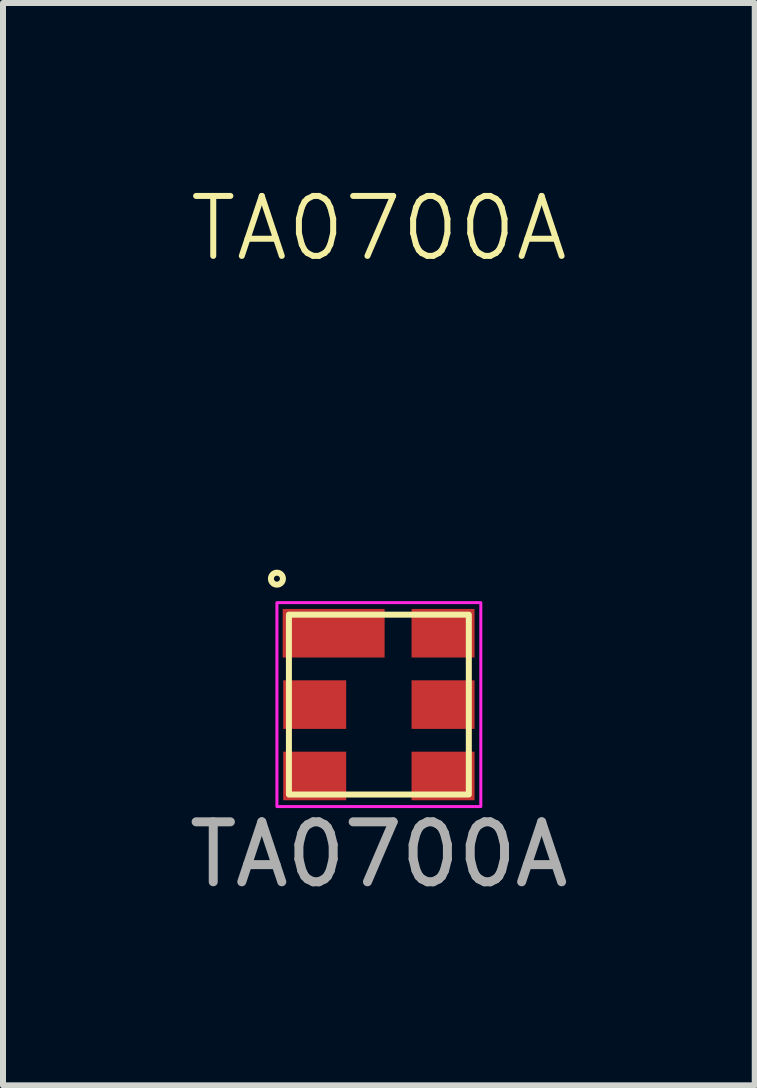
<source format=kicad_pcb>
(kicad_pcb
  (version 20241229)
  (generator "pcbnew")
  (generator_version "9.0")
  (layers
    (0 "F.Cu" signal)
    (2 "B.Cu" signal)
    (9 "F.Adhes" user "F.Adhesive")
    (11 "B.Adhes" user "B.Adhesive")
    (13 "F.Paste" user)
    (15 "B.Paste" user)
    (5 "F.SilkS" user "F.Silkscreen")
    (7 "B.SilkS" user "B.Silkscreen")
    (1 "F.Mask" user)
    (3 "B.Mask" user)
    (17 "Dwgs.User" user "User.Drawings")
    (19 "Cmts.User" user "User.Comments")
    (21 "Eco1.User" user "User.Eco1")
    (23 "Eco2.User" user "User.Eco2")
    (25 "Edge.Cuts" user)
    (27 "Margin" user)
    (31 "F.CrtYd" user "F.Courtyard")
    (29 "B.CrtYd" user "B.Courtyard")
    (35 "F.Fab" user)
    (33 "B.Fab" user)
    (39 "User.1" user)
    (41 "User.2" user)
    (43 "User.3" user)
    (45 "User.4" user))
  (footprint "TA0700A"
    (layer "F.Cu")
    (at 3.268 8.7)
    (property "Reference" "TA0700A" (at 0 -7.94 0) (unlocked yes) (layer "F.SilkS") (effects (font (size 1 1) (thickness 0.1))))
    (attr smd)
    (fp_rect (start -1.5 -1.5) (end 1.5 1.5) (stroke (width 0.1) (type default)) (fill no) (layer "F.SilkS"))
    (fp_circle (center -1.7 -2.1) (end -1.6 -2.1) (stroke (width 0.1) (type default)) (fill no) (layer "F.SilkS"))
    (fp_rect (start -1.7 -1.7) (end 1.7 1.7) (stroke (width 0.05) (type default)) (fill no) (layer "F.CrtYd"))
    (fp_text user "${REFERENCE}" (at 0 2.5 0) (unlocked yes) (layer "F.Fab") (effects (font (size 1 1) (thickness 0.15))))
    (pad "1" smd rect (at -0.754 -1.19) (size 1.7 0.81) (layers "F.Cu" "F.Mask" "F.Paste"))
    (pad "2" smd rect (at -1.07 0) (size 1.05 0.81) (layers "F.Cu" "F.Mask" "F.Paste"))
    (pad "3" smd rect (at -1.07 1.19) (size 1.05 0.81) (layers "F.Cu" "F.Mask" "F.Paste"))
    (pad "4" smd rect (at 1.07 1.19) (size 1.05 0.81) (layers "F.Cu" "F.Mask" "F.Paste"))
    (pad "5" smd rect (at 1.07 0) (size 1.05 0.81) (layers "F.Cu" "F.Mask" "F.Paste"))
    (pad "6" smd rect (at 1.07 -1.19) (size 1.05 0.81) (layers "F.Cu" "F.Mask" "F.Paste")))
  (gr_rect
    (start -3 -3)
    (end 9.536 15.049)
    (stroke (width 0.1) (type default))
    (fill no)
    (layer "Edge.Cuts")))
</source>
